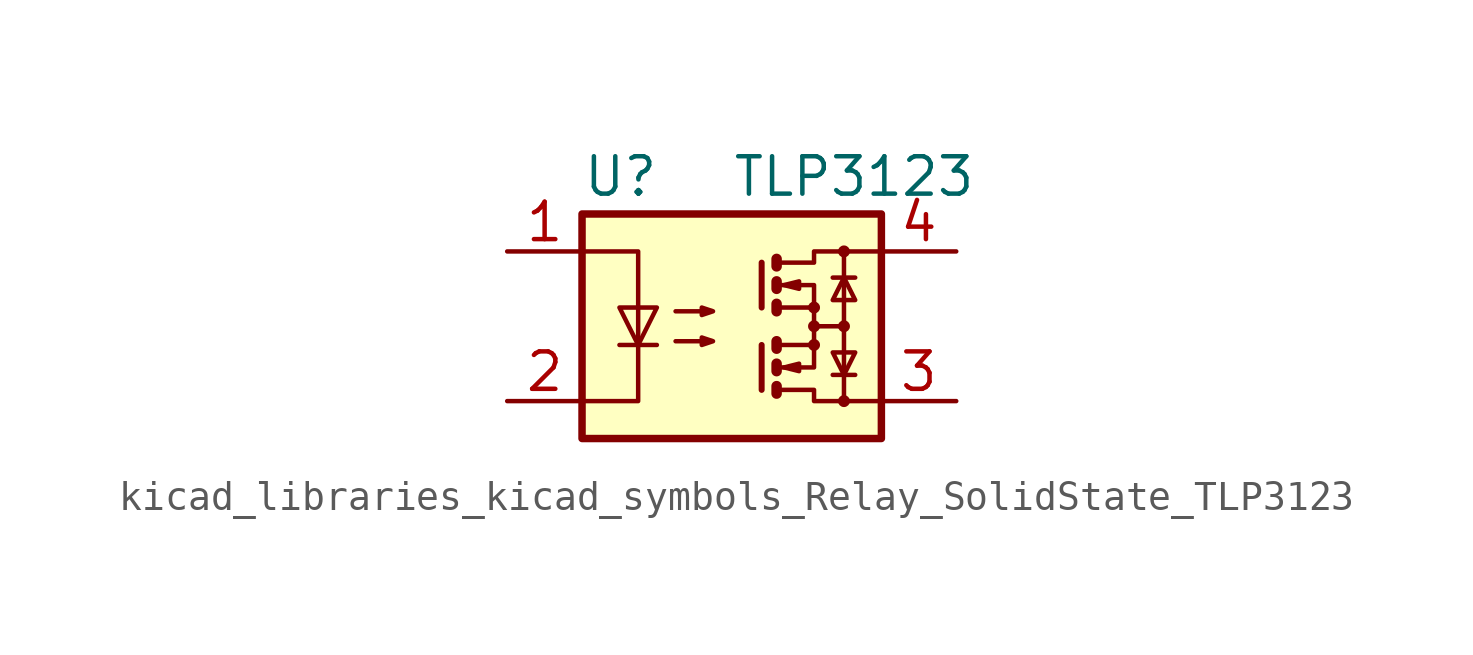
<source format=kicad_sym>
(kicad_symbol_lib
  (version 20220914)
  (generator kicad_symbol_editor)
  (symbol "kicad_libraries_kicad_symbols_Relay_SolidState_TLP3123"
    (property "Reference" "U"
      (at -5.08 5.08 0)
      (effects (font (size 1.27 1.27)) (justify left)))
    (property "Value" "TLP3123"
      (at 0 5.08 0)
      (effects (font (size 1.27 1.27)) (justify left)))
    (symbol "kicad_libraries_kicad_symbols_Relay_SolidState_TLP3123_0_1"
      (rectangle (start -5.08 3.81) (end 5.08 -3.81) (stroke (width 0.254) (type default)) (fill (type background)))
      (polyline (pts (xy -3.81 -0.635) (xy -2.54 -0.635)) (stroke (width 0) (type default)) (fill (type none)))
      (polyline (pts (xy 1.016 -0.635) (xy 1.016 -2.159)) (stroke (width 0.203) (type default)) (fill (type none)))
      (polyline (pts (xy 1.016 2.159) (xy 1.016 0.635)) (stroke (width 0.203) (type default)) (fill (type none)))
      (polyline (pts (xy 1.524 -0.508) (xy 1.524 -0.762)) (stroke (width 0.356) (type default)) (fill (type none)))
      (polyline (pts (xy 2.794 0) (xy 3.81 0)) (stroke (width 0) (type default)) (fill (type none)))
      (polyline (pts (xy 3.429 -1.651) (xy 4.191 -1.651)) (stroke (width 0) (type default)) (fill (type none)))
      (polyline (pts (xy 3.429 1.651) (xy 4.191 1.651)) (stroke (width 0) (type default)) (fill (type none)))
      (polyline (pts (xy 3.81 -2.54) (xy 3.81 2.54)) (stroke (width 0) (type default)) (fill (type none)))
      (polyline (pts (xy 1.524 -2.032) (xy 1.524 -2.286) (xy 1.524 -2.286)) (stroke (width 0.356) (type default)) (fill (type none)))
      (polyline (pts (xy 1.524 -1.27) (xy 1.524 -1.524) (xy 1.524 -1.524)) (stroke (width 0.356) (type default)) (fill (type none)))
      (polyline (pts (xy 1.524 0.762) (xy 1.524 0.508) (xy 1.524 0.508)) (stroke (width 0.356) (type default)) (fill (type none)))
      (polyline (pts (xy 1.524 1.524) (xy 1.524 1.27) (xy 1.524 1.27)) (stroke (width 0.356) (type default)) (fill (type none)))
      (polyline (pts (xy 1.524 2.286) (xy 1.524 2.032) (xy 1.524 2.032)) (stroke (width 0.356) (type default)) (fill (type none)))
      (polyline (pts (xy 1.651 -1.397) (xy 2.794 -1.397) (xy 2.794 -0.635)) (stroke (width 0) (type default)) (fill (type none)))
      (polyline (pts (xy 1.651 1.397) (xy 2.794 1.397) (xy 2.794 0.635)) (stroke (width 0) (type default)) (fill (type none)))
      (polyline (pts (xy -5.08 2.54) (xy -3.175 2.54) (xy -3.175 -2.54) (xy -5.08 -2.54)) (stroke (width 0) (type default)) (fill (type none)))
      (polyline (pts (xy -3.175 -0.635) (xy -3.81 0.635) (xy -2.54 0.635) (xy -3.175 -0.635)) (stroke (width 0) (type default)) (fill (type none)))
      (polyline (pts (xy 1.651 -2.159) (xy 2.794 -2.159) (xy 2.794 -2.54) (xy 5.08 -2.54)) (stroke (width 0) (type default)) (fill (type none)))
      (polyline (pts (xy 1.651 -0.635) (xy 2.794 -0.635) (xy 2.794 0.635) (xy 1.651 0.635)) (stroke (width 0) (type default)) (fill (type none)))
      (polyline (pts (xy 1.651 2.159) (xy 2.794 2.159) (xy 2.794 2.54) (xy 5.08 2.54)) (stroke (width 0) (type default)) (fill (type none)))
      (polyline (pts (xy 1.778 -1.397) (xy 2.286 -1.27) (xy 2.286 -1.524) (xy 1.778 -1.397)) (stroke (width 0) (type default)) (fill (type none)))
      (polyline (pts (xy 1.778 1.397) (xy 2.286 1.524) (xy 2.286 1.27) (xy 1.778 1.397)) (stroke (width 0) (type default)) (fill (type none)))
      (polyline (pts (xy 3.81 -1.651) (xy 3.429 -0.889) (xy 4.191 -0.889) (xy 3.81 -1.651)) (stroke (width 0) (type default)) (fill (type none)))
      (polyline (pts (xy 3.81 1.651) (xy 3.429 0.889) (xy 4.191 0.889) (xy 3.81 1.651)) (stroke (width 0) (type default)) (fill (type none)))
      (polyline (pts (xy -1.905 -0.508) (xy -0.635 -0.508) (xy -1.016 -0.635) (xy -1.016 -0.381) (xy -0.635 -0.508)) (stroke (width 0) (type default)) (fill (type none)))
      (polyline (pts (xy -1.905 0.508) (xy -0.635 0.508) (xy -1.016 0.381) (xy -1.016 0.635) (xy -0.635 0.508)) (stroke (width 0) (type default)) (fill (type none)))
      (circle (center 2.794 -0.635) (radius 0.127) (stroke (width 0) (type default)) (fill (type none)))
      (circle (center 2.794 0) (radius 0.127) (stroke (width 0) (type default)) (fill (type none)))
      (circle (center 2.794 0.635) (radius 0.127) (stroke (width 0) (type default)) (fill (type none)))
      (circle (center 3.81 -2.54) (radius 0.127) (stroke (width 0) (type default)) (fill (type none)))
      (circle (center 3.81 0) (radius 0.127) (stroke (width 0) (type default)) (fill (type none)))
      (circle (center 3.81 2.54) (radius 0.127) (stroke (width 0) (type default)) (fill (type none))))
    (symbol "kicad_libraries_kicad_symbols_Relay_SolidState_TLP3123_1_1"
      (pin passive line (at -7.62 2.54 0) (length 2.54) (name "~" (effects (font (size 1.27 1.27)))) (number "1" (effects (font (size 1.27 1.27)))))
      (pin passive line (at -7.62 -2.54 0) (length 2.54) (name "~" (effects (font (size 1.27 1.27)))) (number "2" (effects (font (size 1.27 1.27)))))
      (pin passive line (at 7.62 -2.54 180) (length 2.54) (name "~" (effects (font (size 1.27 1.27)))) (number "3" (effects (font (size 1.27 1.27)))))
      (pin passive line (at 7.62 2.54 180) (length 2.54) (name "~" (effects (font (size 1.27 1.27)))) (number "4" (effects (font (size 1.27 1.27))))))))
</source>
